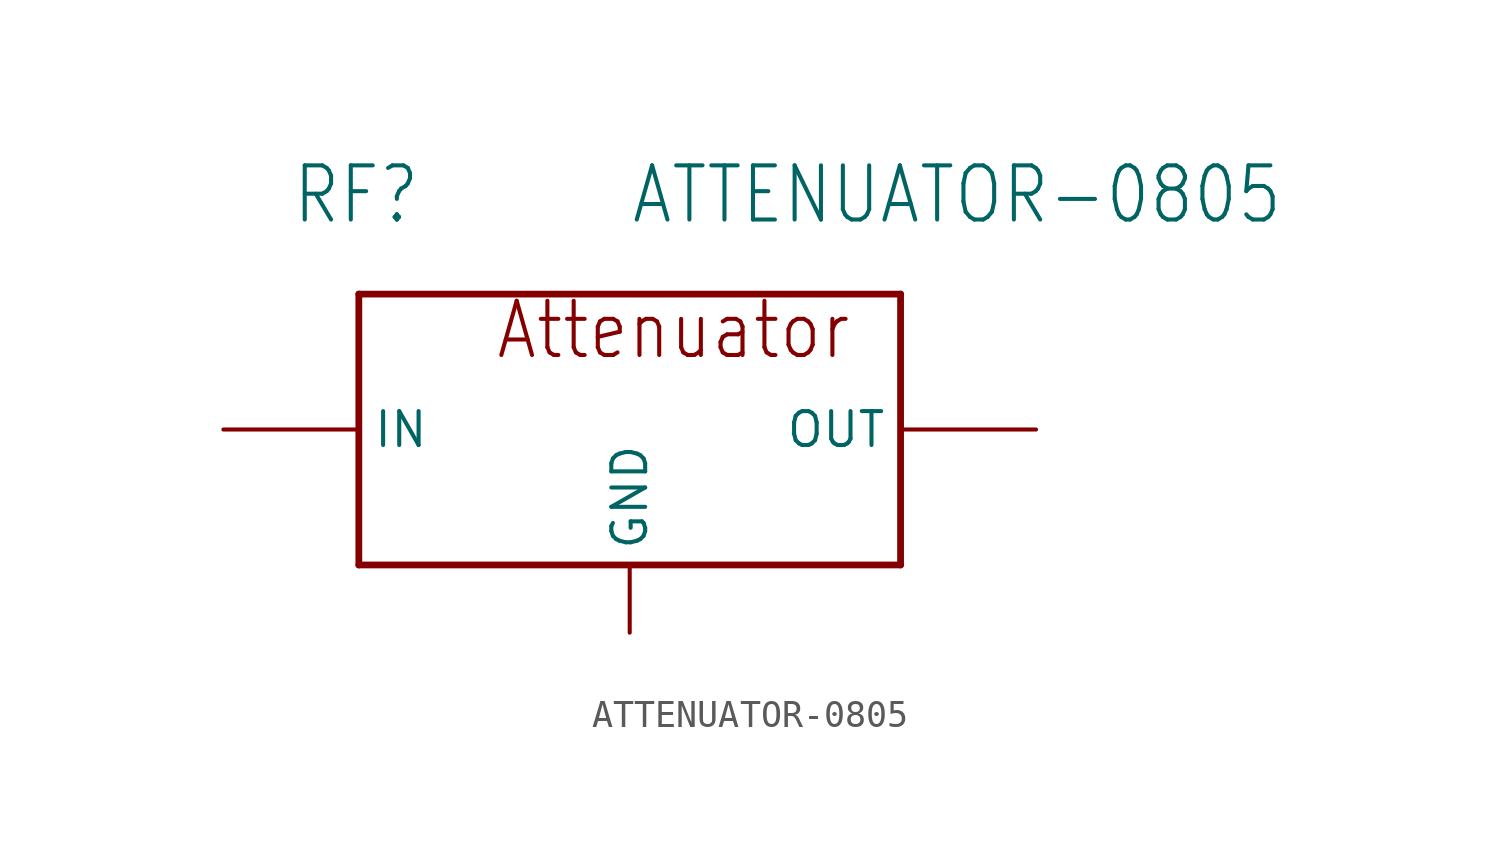
<source format=kicad_sym>
(kicad_symbol_lib
  (version 20211014)
  (generator kicad_symbol_editor)
  (symbol "ATTENUATOR-0805"
    (property "Reference" "RF"
      (at -10.16 7.62 0)
      (effects (font (size 2.032 1.727)) (justify left bottom)))
    (property "Value" "ATTENUATOR-0805"
      (at 2.54 7.62 0)
      (effects (font (size 2.032 1.727)) (justify left bottom)))
    (property "ki_locked" ""
      (at 0 0 0)
      (effects (font (size 1.27 1.27))))
    (symbol "ATTENUATOR-0805_1_0"
      (polyline (pts (xy -7.62 -5.08) (xy 12.7 -5.08)) (stroke (width 0.254) (type default) (color 0 0 0 0)) (fill (type none)))
      (polyline (pts (xy -7.62 5.08) (xy -7.62 -5.08)) (stroke (width 0.254) (type default) (color 0 0 0 0)) (fill (type none)))
      (polyline (pts (xy 12.7 -5.08) (xy 12.7 5.08)) (stroke (width 0.254) (type default) (color 0 0 0 0)) (fill (type none)))
      (polyline (pts (xy 12.7 5.08) (xy -7.62 5.08)) (stroke (width 0.254) (type default) (color 0 0 0 0)) (fill (type none)))
      (text "Attenuator" (at -2.54 2.54 0) (effects (font (size 2.032 1.727)) (justify left bottom)))
      (pin passive line (at -12.7 0 0) (length 5.08) (name "IN" (effects (font (size 1.27 1.27)))) (number "1" (effects (font (size 0 0)))))
      (pin passive line (at 17.78 0 180) (length 5.08) (name "OUT" (effects (font (size 1.27 1.27)))) (number "2" (effects (font (size 0 0)))))
      (pin passive line (at 2.54 -7.62 90) (length 2.54) (name "GND" (effects (font (size 1.27 1.27)))) (number "3" (effects (font (size 0 0))))))))
</source>
